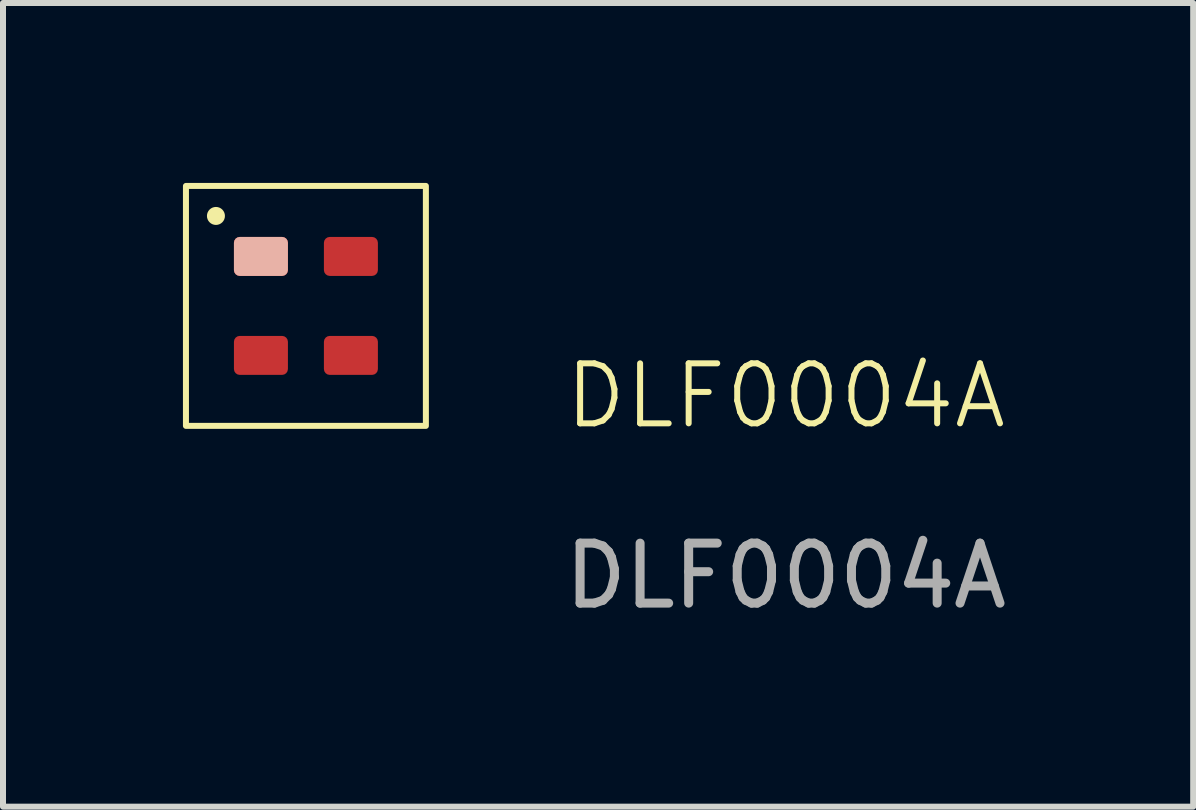
<source format=kicad_pcb>
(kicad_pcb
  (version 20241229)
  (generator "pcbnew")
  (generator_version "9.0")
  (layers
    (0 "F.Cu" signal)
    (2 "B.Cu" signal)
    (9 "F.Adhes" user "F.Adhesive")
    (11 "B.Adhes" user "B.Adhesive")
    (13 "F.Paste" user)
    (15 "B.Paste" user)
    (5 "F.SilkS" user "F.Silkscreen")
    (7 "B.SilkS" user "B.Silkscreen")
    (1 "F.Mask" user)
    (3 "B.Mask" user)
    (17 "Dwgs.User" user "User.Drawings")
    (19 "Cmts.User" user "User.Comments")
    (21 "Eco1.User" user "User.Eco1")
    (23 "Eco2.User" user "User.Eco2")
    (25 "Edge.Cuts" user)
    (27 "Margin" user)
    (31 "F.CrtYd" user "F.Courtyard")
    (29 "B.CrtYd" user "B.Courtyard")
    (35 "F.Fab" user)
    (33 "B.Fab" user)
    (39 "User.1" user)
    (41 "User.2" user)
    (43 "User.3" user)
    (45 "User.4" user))
  (footprint "DLF0004A"
    (layer "F.Cu")
    (at 2.05 2.05)
    (property "Reference" "DLF0004A" (at 8 1.5 0) (unlocked yes) (layer "F.SilkS") (effects (font (size 1 1) (thickness 0.1))))
    (attr smd)
    (fp_rect (start -2 -2) (end 2 2) (stroke (width 0.1) (type default)) (fill no) (layer "F.SilkS"))
    (fp_circle (center -1.5 -1.5) (end -1.4 -1.5) (stroke (width 0.1) (type solid)) (fill yes) (layer "F.SilkS"))
    (fp_text user "${REFERENCE}" (at 8 4.5 0) (unlocked yes) (layer "F.Fab") (effects (font (size 1 1) (thickness 0.15))))
    (pad "1" smd roundrect (at -0.75 -0.825) (size 0.9 0.65) (layers "F.Cu" "F.Mask" "B.SilkS" "F.Paste") (roundrect_rratio 0.15))
    (pad "2" smd roundrect (at -0.75 0.825) (size 0.9 0.65) (layers "F.Cu" "F.Mask" "F.Paste") (roundrect_rratio 0.15))
    (pad "3" smd roundrect (at 0.75 0.825) (size 0.9 0.65) (layers "F.Cu" "F.Mask" "F.Paste") (roundrect_rratio 0.15))
    (pad "4" smd roundrect (at 0.75 -0.825) (size 0.9 0.65) (layers "F.Cu" "F.Mask" "F.Paste") (roundrect_rratio 0.15)))
  (gr_rect
    (start -3 -3)
    (end 16.842 10.398)
    (stroke (width 0.1) (type default))
    (fill no)
    (layer "Edge.Cuts")))
</source>
